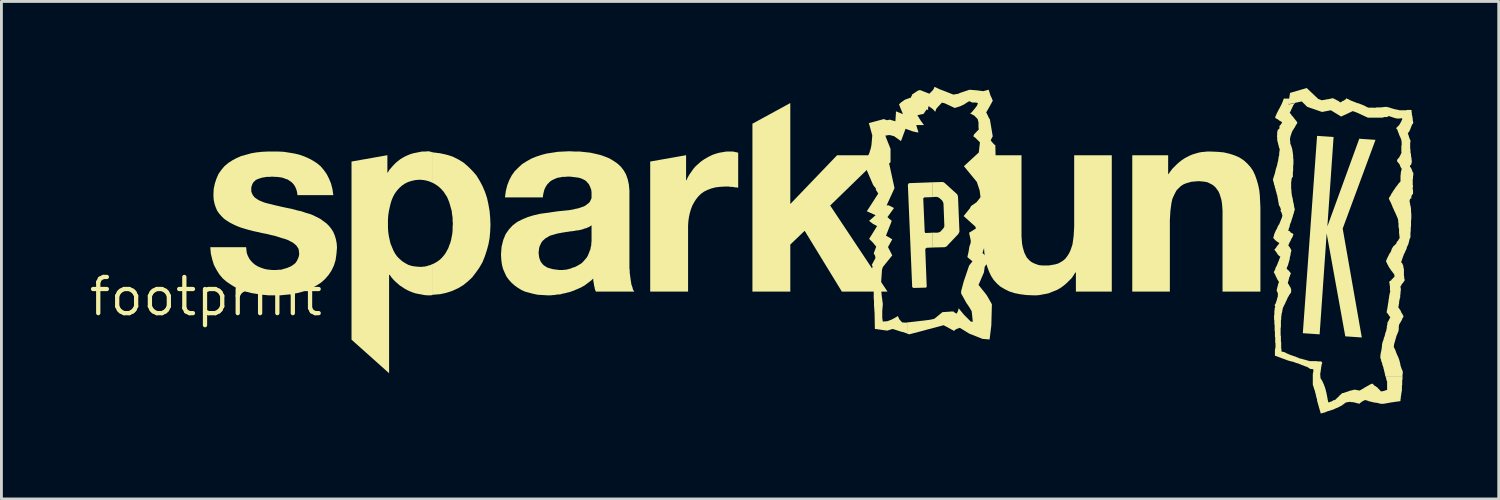
<source format=kicad_pcb>
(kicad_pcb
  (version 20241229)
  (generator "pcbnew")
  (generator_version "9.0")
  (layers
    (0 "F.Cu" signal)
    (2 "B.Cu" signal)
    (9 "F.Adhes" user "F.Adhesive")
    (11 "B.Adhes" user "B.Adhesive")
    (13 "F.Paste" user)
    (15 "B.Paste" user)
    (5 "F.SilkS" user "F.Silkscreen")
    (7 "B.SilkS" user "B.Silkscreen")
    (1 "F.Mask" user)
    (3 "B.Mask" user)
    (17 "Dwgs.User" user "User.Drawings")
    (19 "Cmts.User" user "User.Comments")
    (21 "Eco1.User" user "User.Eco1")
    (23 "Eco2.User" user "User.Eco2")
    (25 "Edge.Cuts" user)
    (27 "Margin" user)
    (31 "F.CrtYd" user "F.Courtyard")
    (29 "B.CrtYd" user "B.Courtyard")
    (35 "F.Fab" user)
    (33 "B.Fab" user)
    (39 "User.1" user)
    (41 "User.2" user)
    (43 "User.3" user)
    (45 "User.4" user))
  (footprint "footprint"
    (layer "F.Cu")
    (at 4.18 7.367)
    (property "Reference" "footprint" (at 0 0 0) (layer "F.SilkS") (effects (font (size 1.27 1.27) (thickness 0.15))))
    (fp_poly (pts (xy 26.175 1.148) (xy 25.909 1.005) (xy 24.7 1.325) (xy 24.645 1.303) (xy 24.645 0.906) (xy 25.419 0.815) (xy 25.519 0.795) (xy 25.588 0.775) (xy 25.868 0.545) (xy 26.175 0.525)) (stroke (width 0) (type solid)) (fill yes) (layer "F.SilkS"))
    (fp_poly (pts (xy 39.605 -5.605) (xy 39.387 -2.465) (xy 40.507 -5.545) (xy 41.077 -5.505) (xy 39.925 -2.39) (xy 40.596 1.435) (xy 40.016 1.395) (xy 39.362 -2.22) (xy 39.115 1.325) (xy 38.525 1.285) (xy 39.025 -5.645)) (stroke (width 0) (type solid)) (fill yes) (layer "F.SilkS"))
    (fp_poly (pts (xy 20.525 -3.252) (xy 22.168 -4.965) (xy 23.742 -4.965) (xy 21.926 -3.199) (xy 23.939 -0.175) (xy 22.337 -0.175) (xy 21.029 -2.312) (xy 20.525 -1.828) (xy 20.525 -0.175) (xy 19.195 -0.175) (xy 19.195 -6.073) (xy 20.525 -6.798)) (stroke (width 0) (type solid)) (fill yes) (layer "F.SilkS"))
    (fp_poly (pts (xy 18.541 -5.085) (xy 18.571 -5.085) (xy 18.591 -5.075) (xy 18.621 -5.075) (xy 18.641 -5.065) (xy 18.661 -5.065) (xy 18.681 -5.055) (xy 18.695 -5.055) (xy 18.695 -3.825) (xy 18.669 -3.825) (xy 18.649 -3.835) (xy 18.589 -3.835) (xy 18.559 -3.845) (xy 18.529 -3.845) (xy 18.499 -3.855) (xy 18.409 -3.855) (xy 18.379 -3.865) (xy 18.22 -3.865) (xy 18.05 -3.855) (xy 17.891 -3.835) (xy 17.742 -3.795) (xy 17.612 -3.745) (xy 17.493 -3.686) (xy 17.383 -3.606) (xy 17.294 -3.517) (xy 17.214 -3.417) (xy 17.144 -3.307) (xy 17.085 -3.198) (xy 17.035 -3.068) (xy 16.995 -2.929) (xy 16.965 -2.789) (xy 16.945 -2.649) (xy 16.935 -2.49) (xy 16.935 -0.175) (xy 15.605 -0.175) (xy 15.605 -4.744) (xy 16.865 -4.966) (xy 16.865 -4.085) (xy 16.877 -4.085) (xy 16.926 -4.192) (xy 16.986 -4.293) (xy 17.126 -4.493) (xy 17.206 -4.584) (xy 17.387 -4.744) (xy 17.487 -4.814) (xy 17.588 -4.874) (xy 17.698 -4.934) (xy 17.808 -4.985) (xy 17.929 -5.025) (xy 18.039 -5.055) (xy 18.28 -5.095) (xy 18.521 -5.095)) (stroke (width 0) (type solid)) (fill yes) (layer "F.SilkS"))
    (fp_poly (pts (xy 25.525 -3.495) (xy 25.25 -3.485) (xy 25.232 -3.485) (xy 25.222 -3.475) (xy 25.215 -3.475) (xy 25.215 -3.465) (xy 25.205 -3.465) (xy 25.205 -3.455) (xy 25.195 -3.455) (xy 25.195 -3.43) (xy 25.245 -2.29) (xy 25.245 -2.265) (xy 25.255 -2.265) (xy 25.255 -2.252) (xy 25.272 -2.235) (xy 25.3 -2.235) (xy 25.525 -2.245) (xy 25.525 -1.725) (xy 25.32 -1.715) (xy 25.312 -1.715) (xy 25.302 -1.705) (xy 25.295 -1.705) (xy 25.295 -1.695) (xy 25.282 -1.695) (xy 25.275 -1.688) (xy 25.275 -1.668) (xy 25.265 -1.658) (xy 25.315 -0.38) (xy 25.315 -0.335) (xy 25.305 -0.335) (xy 25.305 -0.325) (xy 25.292 -0.325) (xy 25.282 -0.315) (xy 25.26 -0.315) (xy 24.87 -0.305) (xy 24.848 -0.305) (xy 24.838 -0.315) (xy 24.825 -0.315) (xy 24.825 -0.325) (xy 24.815 -0.325) (xy 24.815 -0.335) (xy 24.805 -0.335) (xy 24.805 -0.36) (xy 24.655 -3.91) (xy 24.655 -3.932) (xy 24.665 -3.942) (xy 24.665 -3.952) (xy 24.675 -3.962) (xy 24.675 -3.975) (xy 24.688 -3.975) (xy 24.698 -3.985) (xy 24.71 -3.985) (xy 25.525 -4.015)) (stroke (width 0) (type solid)) (fill yes) (layer "F.SilkS"))
    (fp_poly (pts (xy 8.221 -5.035) (xy 8.451 -4.985) (xy 8.672 -4.915) (xy 8.872 -4.814) (xy 9.053 -4.704) (xy 9.213 -4.564) (xy 9.364 -4.413) (xy 9.504 -4.253) (xy 9.614 -4.072) (xy 9.715 -3.882) (xy 9.805 -3.672) (xy 9.875 -3.461) (xy 9.925 -3.231) (xy 9.965 -3.001) (xy 9.985 -2.77) (xy 9.995 -2.52) (xy 9.985 -2.29) (xy 9.965 -2.059) (xy 9.925 -1.839) (xy 9.865 -1.619) (xy 9.795 -1.408) (xy 9.715 -1.208) (xy 9.604 -1.017) (xy 9.484 -0.847) (xy 9.354 -0.677) (xy 9.203 -0.536) (xy 9.043 -0.406) (xy 8.862 -0.296) (xy 8.662 -0.205) (xy 8.451 -0.135) (xy 8.221 -0.085) (xy 7.965 -0.065) (xy 7.965 -1.143) (xy 8.068 -1.194) (xy 8.147 -1.244) (xy 8.227 -1.304) (xy 8.296 -1.373) (xy 8.356 -1.443) (xy 8.416 -1.523) (xy 8.515 -1.702) (xy 8.545 -1.792) (xy 8.585 -1.892) (xy 8.615 -2.001) (xy 8.635 -2.111) (xy 8.655 -2.211) (xy 8.665 -2.33) (xy 8.665 -2.44) (xy 8.675 -2.56) (xy 8.665 -2.67) (xy 8.665 -2.78) (xy 8.645 -2.899) (xy 8.635 -3.009) (xy 8.605 -3.109) (xy 8.575 -3.219) (xy 8.545 -3.318) (xy 8.505 -3.418) (xy 8.466 -3.508) (xy 8.406 -3.597) (xy 8.356 -3.677) (xy 8.286 -3.757) (xy 8.217 -3.826) (xy 8.147 -3.886) (xy 8.057 -3.946) (xy 7.965 -3.997) (xy 7.965 -5.066)) (stroke (width 0) (type solid)) (fill yes) (layer "F.SilkS"))
    (fp_poly (pts (xy 28.645 -2.12) (xy 28.665 -1.861) (xy 28.685 -1.751) (xy 28.715 -1.641) (xy 28.745 -1.542) (xy 28.824 -1.383) (xy 28.884 -1.313) (xy 28.943 -1.254) (xy 29.013 -1.204) (xy 29.092 -1.165) (xy 29.172 -1.135) (xy 29.261 -1.105) (xy 29.37 -1.095) (xy 29.61 -1.095) (xy 29.729 -1.115) (xy 29.839 -1.135) (xy 29.938 -1.165) (xy 30.027 -1.214) (xy 30.107 -1.264) (xy 30.186 -1.333) (xy 30.246 -1.413) (xy 30.306 -1.503) (xy 30.355 -1.602) (xy 30.395 -1.712) (xy 30.435 -1.831) (xy 30.455 -1.971) (xy 30.475 -2.12) (xy 30.485 -2.28) (xy 30.495 -2.46) (xy 30.495 -4.965) (xy 31.815 -4.965) (xy 31.815 -0.175) (xy 30.555 -0.175) (xy 30.555 -0.845) (xy 30.533 -0.845) (xy 30.474 -0.747) (xy 30.404 -0.647) (xy 30.243 -0.486) (xy 30.163 -0.416) (xy 30.073 -0.346) (xy 29.983 -0.286) (xy 29.892 -0.235) (xy 29.591 -0.115) (xy 29.491 -0.095) (xy 29.381 -0.075) (xy 29.281 -0.055) (xy 29.18 -0.045) (xy 29.07 -0.045) (xy 28.82 -0.055) (xy 28.589 -0.085) (xy 28.389 -0.125) (xy 28.208 -0.185) (xy 28.048 -0.266) (xy 27.897 -0.356) (xy 27.776 -0.466) (xy 27.666 -0.587) (xy 27.576 -0.728) (xy 27.505 -0.878) (xy 27.445 -1.038) (xy 27.395 -1.209) (xy 27.355 -1.399) (xy 27.335 -1.6) (xy 27.325 -1.8) (xy 27.315 -2.02) (xy 27.315 -4.965) (xy 28.645 -4.965)) (stroke (width 0) (type solid)) (fill yes) (layer "F.SilkS"))
    (fp_poly (pts (xy 35.53 -5.085) (xy 35.751 -5.065) (xy 35.961 -5.015) (xy 36.142 -4.955) (xy 36.302 -4.884) (xy 36.453 -4.784) (xy 36.574 -4.674) (xy 36.684 -4.553) (xy 36.774 -4.422) (xy 36.845 -4.272) (xy 36.905 -4.102) (xy 36.955 -3.931) (xy 36.995 -3.741) (xy 37.015 -3.55) (xy 37.025 -3.34) (xy 37.035 -3.12) (xy 37.035 -0.175) (xy 35.705 -0.175) (xy 35.705 -3.02) (xy 35.695 -3.16) (xy 35.685 -3.279) (xy 35.665 -3.399) (xy 35.605 -3.598) (xy 35.566 -3.688) (xy 35.466 -3.827) (xy 35.407 -3.886) (xy 35.337 -3.936) (xy 35.178 -4.015) (xy 35.079 -4.035) (xy 34.98 -4.045) (xy 34.87 -4.055) (xy 34.74 -4.045) (xy 34.621 -4.035) (xy 34.511 -4.005) (xy 34.412 -3.975) (xy 34.322 -3.936) (xy 34.233 -3.876) (xy 34.094 -3.737) (xy 34.044 -3.648) (xy 33.995 -3.548) (xy 33.945 -3.438) (xy 33.915 -3.309) (xy 33.895 -3.169) (xy 33.875 -3.02) (xy 33.865 -2.86) (xy 33.855 -2.69) (xy 33.855 -0.175) (xy 32.535 -0.175) (xy 32.535 -4.965) (xy 33.795 -4.965) (xy 33.795 -4.305) (xy 33.807 -4.305) (xy 33.876 -4.403) (xy 33.946 -4.493) (xy 34.107 -4.654) (xy 34.187 -4.724) (xy 34.277 -4.794) (xy 34.367 -4.854) (xy 34.458 -4.904) (xy 34.558 -4.955) (xy 34.658 -4.995) (xy 34.859 -5.055) (xy 34.959 -5.075) (xy 35.07 -5.085) (xy 35.17 -5.095) (xy 35.28 -5.095)) (stroke (width 0) (type solid)) (fill yes) (layer "F.SilkS"))
    (fp_poly (pts (xy 41.825 2.028) (xy 41.835 2.038) (xy 41.835 2.048) (xy 41.844 2.057) (xy 41.855 2.079) (xy 41.855 2.088) (xy 41.865 2.098) (xy 41.865 2.108) (xy 41.875 2.118) (xy 41.875 2.129) (xy 41.885 2.149) (xy 41.885 2.158) (xy 41.895 2.168) (xy 41.895 2.179) (xy 41.905 2.199) (xy 41.905 2.218) (xy 41.915 2.228) (xy 41.915 2.248) (xy 41.925 2.258) (xy 41.925 2.288) (xy 41.935 2.298) (xy 41.935 2.328) (xy 41.945 2.338) (xy 41.945 2.379) (xy 41.955 2.399) (xy 41.955 2.419) (xy 41.965 2.439) (xy 41.965 2.459) (xy 41.985 2.499) (xy 41.985 2.518) (xy 41.994 2.527) (xy 42.005 2.549) (xy 42.005 2.568) (xy 42.014 2.577) (xy 42.025 2.599) (xy 42.025 2.618) (xy 42.035 2.628) (xy 42.035 2.722) (xy 42.025 2.732) (xy 42.025 2.815) (xy 41.437 2.815) (xy 41.415 2.771) (xy 41.415 2.732) (xy 41.405 2.722) (xy 41.405 2.692) (xy 41.395 2.682) (xy 41.395 2.651) (xy 41.385 2.631) (xy 41.385 2.611) (xy 41.375 2.591) (xy 41.375 2.571) (xy 41.355 2.511) (xy 41.355 2.491) (xy 41.335 2.432) (xy 41.325 2.412) (xy 41.315 2.381) (xy 41.315 2.351) (xy 41.305 2.332) (xy 41.295 2.302) (xy 41.285 2.282) (xy 41.275 2.251) (xy 41.275 2.221) (xy 41.265 2.202) (xy 41.245 2.141) (xy 41.255 2.015) (xy 41.825 2.015)) (stroke (width 0) (type solid)) (fill yes) (layer "F.SilkS"))
    (fp_poly (pts (xy 25.895 -4.015) (xy 25.912 -4.015) (xy 25.922 -4.005) (xy 25.935 -4.005) (xy 25.935 -3.995) (xy 25.942 -3.995) (xy 26.363 -3.614) (xy 26.395 -3.582) (xy 26.395 -3.562) (xy 26.405 -3.552) (xy 26.405 -3.532) (xy 26.415 -3.522) (xy 26.415 -3.51) (xy 26.465 -2.3) (xy 26.465 -2.278) (xy 26.455 -2.268) (xy 26.455 -2.248) (xy 26.445 -2.238) (xy 26.445 -2.228) (xy 26.425 -2.208) (xy 26.425 -2.198) (xy 26.035 -1.788) (xy 26.035 -1.775) (xy 26.025 -1.775) (xy 26.025 -1.765) (xy 26.012 -1.765) (xy 26.002 -1.755) (xy 25.992 -1.755) (xy 25.982 -1.745) (xy 25.955 -1.745) (xy 25.955 -1.735) (xy 25.94 -1.735) (xy 25.515 -1.725) (xy 25.515 -2.245) (xy 25.715 -2.245) (xy 25.715 -2.255) (xy 25.748 -2.255) (xy 25.758 -2.265) (xy 25.768 -2.265) (xy 25.778 -2.275) (xy 25.788 -2.275) (xy 25.806 -2.293) (xy 25.905 -2.402) (xy 25.905 -2.415) (xy 25.915 -2.415) (xy 25.915 -2.422) (xy 25.925 -2.432) (xy 25.925 -2.452) (xy 25.935 -2.462) (xy 25.935 -2.5) (xy 25.905 -3.27) (xy 25.905 -3.278) (xy 25.895 -3.288) (xy 25.895 -3.315) (xy 25.885 -3.315) (xy 25.885 -3.335) (xy 25.875 -3.335) (xy 25.875 -3.348) (xy 25.865 -3.358) (xy 25.865 -3.368) (xy 25.758 -3.465) (xy 25.745 -3.465) (xy 25.745 -3.475) (xy 25.738 -3.475) (xy 25.728 -3.485) (xy 25.718 -3.485) (xy 25.708 -3.495) (xy 25.668 -3.495) (xy 25.658 -3.505) (xy 25.65 -3.505) (xy 25.515 -3.495) (xy 25.515 -4.015) (xy 25.85 -4.025) (xy 25.895 -4.025)) (stroke (width 0) (type solid)) (fill yes) (layer "F.SilkS"))
    (fp_poly (pts (xy 12.935 -2.305) (xy 12.901 -2.305) (xy 12.871 -2.295) (xy 12.811 -2.295) (xy 12.781 -2.285) (xy 12.751 -2.285) (xy 12.721 -2.275) (xy 12.661 -2.275) (xy 12.641 -2.265) (xy 12.611 -2.265) (xy 12.581 -2.255) (xy 12.551 -2.255) (xy 12.521 -2.245) (xy 12.491 -2.245) (xy 12.461 -2.235) (xy 12.391 -2.225) (xy 12.311 -2.205) (xy 12.102 -2.145) (xy 12.043 -2.116) (xy 11.983 -2.076) (xy 11.923 -2.046) (xy 11.873 -1.996) (xy 11.824 -1.957) (xy 11.784 -1.897) (xy 11.725 -1.778) (xy 11.705 -1.709) (xy 11.695 -1.629) (xy 11.685 -1.54) (xy 11.695 -1.451) (xy 11.705 -1.381) (xy 11.725 -1.312) (xy 11.754 -1.242) (xy 11.784 -1.193) (xy 11.824 -1.143) (xy 11.873 -1.094) (xy 11.923 -1.064) (xy 11.982 -1.025) (xy 12.041 -1.005) (xy 12.181 -0.965) (xy 12.251 -0.955) (xy 12.41 -0.935) (xy 12.549 -0.935) (xy 12.589 -0.945) (xy 12.649 -0.945) (xy 12.679 -0.955) (xy 12.699 -0.955) (xy 12.759 -0.975) (xy 12.779 -0.975) (xy 12.808 -0.985) (xy 12.828 -0.995) (xy 12.858 -1.005) (xy 12.899 -1.025) (xy 12.935 -1.025) (xy 12.935 -0.216) (xy 12.872 -0.195) (xy 12.822 -0.175) (xy 12.761 -0.155) (xy 12.701 -0.145) (xy 12.641 -0.125) (xy 12.591 -0.115) (xy 12.531 -0.105) (xy 12.471 -0.085) (xy 12.41 -0.075) (xy 12.35 -0.075) (xy 12.23 -0.055) (xy 12.18 -0.055) (xy 12.12 -0.045) (xy 12 -0.045) (xy 11.659 -0.065) (xy 11.509 -0.095) (xy 11.208 -0.175) (xy 11.078 -0.236) (xy 10.947 -0.316) (xy 10.837 -0.396) (xy 10.736 -0.486) (xy 10.636 -0.597) (xy 10.556 -0.707) (xy 10.495 -0.838) (xy 10.435 -0.978) (xy 10.395 -1.139) (xy 10.375 -1.3) (xy 10.365 -1.48) (xy 10.385 -1.751) (xy 10.445 -1.992) (xy 10.526 -2.192) (xy 10.646 -2.363) (xy 10.777 -2.504) (xy 10.937 -2.624) (xy 11.118 -2.715) (xy 11.308 -2.795) (xy 11.509 -2.855) (xy 11.719 -2.905) (xy 12.349 -2.995) (xy 12.749 -3.035) (xy 12.935 -3.066)) (stroke (width 0) (type solid)) (fill yes) (layer "F.SilkS"))
    (fp_poly (pts (xy 7.851 -5.095) (xy 7.885 -5.095) (xy 7.885 -5.085) (xy 7.912 -5.085) (xy 7.922 -5.075) (xy 7.952 -5.075) (xy 7.962 -5.065) (xy 7.975 -5.065) (xy 7.975 -3.992) (xy 7.948 -4.005) (xy 7.918 -4.015) (xy 7.898 -4.025) (xy 7.868 -4.035) (xy 7.848 -4.045) (xy 7.789 -4.065) (xy 7.769 -4.065) (xy 7.709 -4.085) (xy 7.679 -4.085) (xy 7.649 -4.095) (xy 7.589 -4.095) (xy 7.559 -4.105) (xy 7.52 -4.105) (xy 7.371 -4.095) (xy 7.231 -4.065) (xy 7.102 -4.025) (xy 6.983 -3.966) (xy 6.883 -3.896) (xy 6.794 -3.816) (xy 6.714 -3.727) (xy 6.634 -3.617) (xy 6.575 -3.508) (xy 6.525 -3.388) (xy 6.485 -3.259) (xy 6.455 -3.129) (xy 6.425 -2.989) (xy 6.405 -2.849) (xy 6.395 -2.7) (xy 6.395 -2.41) (xy 6.405 -2.271) (xy 6.425 -2.131) (xy 6.455 -1.991) (xy 6.485 -1.862) (xy 6.585 -1.622) (xy 6.644 -1.513) (xy 6.714 -1.413) (xy 6.803 -1.324) (xy 6.893 -1.244) (xy 7.003 -1.174) (xy 7.112 -1.115) (xy 7.241 -1.075) (xy 7.381 -1.055) (xy 7.53 -1.045) (xy 7.599 -1.045) (xy 7.629 -1.055) (xy 7.689 -1.055) (xy 7.719 -1.065) (xy 7.739 -1.065) (xy 7.798 -1.085) (xy 7.819 -1.095) (xy 7.849 -1.095) (xy 7.868 -1.105) (xy 7.898 -1.115) (xy 7.918 -1.125) (xy 7.948 -1.135) (xy 7.975 -1.148) (xy 7.975 -0.065) (xy 7.962 -0.065) (xy 7.952 -0.055) (xy 7.925 -0.055) (xy 7.925 -0.045) (xy 7.78 -0.045) (xy 7.669 -0.055) (xy 7.569 -0.075) (xy 7.459 -0.095) (xy 7.359 -0.115) (xy 7.268 -0.145) (xy 7.168 -0.185) (xy 7.078 -0.226) (xy 6.987 -0.276) (xy 6.897 -0.336) (xy 6.817 -0.386) (xy 6.657 -0.526) (xy 6.586 -0.597) (xy 6.516 -0.677) (xy 6.457 -0.765) (xy 6.435 -0.765) (xy 6.435 2.691) (xy 5.115 1.512) (xy 5.115 -4.744) (xy 6.375 -4.966) (xy 6.375 -4.355) (xy 6.387 -4.355) (xy 6.446 -4.453) (xy 6.586 -4.613) (xy 6.667 -4.694) (xy 6.737 -4.754) (xy 6.827 -4.824) (xy 6.907 -4.874) (xy 6.998 -4.924) (xy 7.088 -4.965) (xy 7.188 -5.005) (xy 7.289 -5.035) (xy 7.59 -5.095) (xy 7.7 -5.095) (xy 7.81 -5.105) (xy 7.831 -5.105)) (stroke (width 0) (type solid)) (fill yes) (layer "F.SilkS"))
    (fp_poly (pts (xy 12.95 -5.095) (xy 13.13 -5.095) (xy 13.311 -5.075) (xy 13.311 -5.075) (xy 13.501 -5.055) (xy 13.681 -5.015) (xy 13.851 -4.975) (xy 14.022 -4.915) (xy 14.172 -4.854) (xy 14.323 -4.764) (xy 14.453 -4.674) (xy 14.574 -4.563) (xy 14.674 -4.433) (xy 14.755 -4.292) (xy 14.815 -4.121) (xy 14.855 -3.941) (xy 14.875 -3.73) (xy 14.875 -1) (xy 14.885 -0.92) (xy 14.885 -0.84) (xy 14.895 -0.771) (xy 14.905 -0.691) (xy 14.925 -0.551) (xy 14.935 -0.491) (xy 14.945 -0.421) (xy 14.965 -0.372) (xy 14.985 -0.311) (xy 14.995 -0.262) (xy 15.014 -0.223) (xy 15.05 -0.175) (xy 13.696 -0.175) (xy 13.685 -0.208) (xy 13.675 -0.228) (xy 13.655 -0.289) (xy 13.655 -0.319) (xy 13.635 -0.379) (xy 13.635 -0.409) (xy 13.625 -0.439) (xy 13.625 -0.469) (xy 13.615 -0.499) (xy 13.615 -0.529) (xy 13.605 -0.549) (xy 13.605 -0.609) (xy 13.598 -0.631) (xy 13.533 -0.566) (xy 13.293 -0.386) (xy 13.252 -0.366) (xy 13.202 -0.336) (xy 13.162 -0.315) (xy 13.112 -0.295) (xy 13.072 -0.275) (xy 12.972 -0.235) (xy 12.925 -0.212) (xy 12.925 -1.023) (xy 13.028 -1.074) (xy 13.117 -1.124) (xy 13.197 -1.174) (xy 13.256 -1.233) (xy 13.376 -1.373) (xy 13.416 -1.442) (xy 13.445 -1.512) (xy 13.475 -1.592) (xy 13.505 -1.661) (xy 13.515 -1.731) (xy 13.535 -1.801) (xy 13.535 -1.87) (xy 13.545 -1.93) (xy 13.545 -2.508) (xy 13.533 -2.496) (xy 13.473 -2.456) (xy 13.432 -2.435) (xy 13.402 -2.425) (xy 13.362 -2.405) (xy 13.282 -2.385) (xy 13.242 -2.365) (xy 13.161 -2.345) (xy 13.111 -2.335) (xy 13.071 -2.325) (xy 13.02 -2.325) (xy 12.971 -2.315) (xy 12.925 -2.304) (xy 12.925 -3.064) (xy 12.989 -3.085) (xy 13.059 -3.095) (xy 13.238 -3.155) (xy 13.288 -3.174) (xy 13.337 -3.204) (xy 13.456 -3.294) (xy 13.486 -3.333) (xy 13.525 -3.412) (xy 13.545 -3.461) (xy 13.545 -3.66) (xy 13.535 -3.749) (xy 13.505 -3.828) (xy 13.475 -3.898) (xy 13.446 -3.957) (xy 13.396 -4.007) (xy 13.357 -4.056) (xy 13.297 -4.096) (xy 13.238 -4.125) (xy 13.168 -4.155) (xy 13.099 -4.175) (xy 13.029 -4.185) (xy 12.869 -4.205) (xy 12.78 -4.215) (xy 12.7 -4.215) (xy 12.61 -4.205) (xy 12.521 -4.205) (xy 12.431 -4.185) (xy 12.351 -4.175) (xy 12.212 -4.115) (xy 12.153 -4.086) (xy 12.093 -4.046) (xy 11.994 -3.947) (xy 11.954 -3.887) (xy 11.914 -3.818) (xy 11.885 -3.748) (xy 11.865 -3.669) (xy 11.845 -3.579) (xy 11.834 -3.485) (xy 10.504 -3.485) (xy 10.535 -3.711) (xy 10.585 -3.912) (xy 10.655 -4.092) (xy 10.746 -4.263) (xy 10.846 -4.403) (xy 10.977 -4.534) (xy 11.107 -4.654) (xy 11.267 -4.754) (xy 11.428 -4.845) (xy 11.598 -4.915) (xy 11.779 -4.975) (xy 11.969 -5.025) (xy 12.169 -5.055) (xy 12.359 -5.085) (xy 12.56 -5.095) (xy 12.77 -5.105)) (stroke (width 0) (type solid)) (fill yes) (layer "F.SilkS"))
    (fp_poly (pts (xy 2.741 -5.085) (xy 2.931 -5.055) (xy 3.111 -5.025) (xy 3.281 -4.985) (xy 3.452 -4.925) (xy 3.612 -4.855) (xy 3.763 -4.774) (xy 3.903 -4.684) (xy 4.034 -4.574) (xy 4.144 -4.443) (xy 4.244 -4.303) (xy 4.325 -4.142) (xy 4.395 -3.972) (xy 4.445 -3.781) (xy 4.476 -3.565) (xy 3.216 -3.565) (xy 3.205 -3.659) (xy 3.185 -3.739) (xy 3.155 -3.818) (xy 3.126 -3.877) (xy 3.086 -3.937) (xy 3.036 -3.996) (xy 2.987 -4.036) (xy 2.868 -4.115) (xy 2.798 -4.135) (xy 2.728 -4.165) (xy 2.649 -4.185) (xy 2.49 -4.205) (xy 2.41 -4.205) (xy 2.32 -4.215) (xy 2.26 -4.205) (xy 2.14 -4.205) (xy 1.961 -4.175) (xy 1.842 -4.135) (xy 1.792 -4.116) (xy 1.743 -4.086) (xy 1.664 -4.007) (xy 1.635 -3.958) (xy 1.595 -3.839) (xy 1.595 -3.691) (xy 1.625 -3.612) (xy 1.664 -3.543) (xy 1.713 -3.484) (xy 1.783 -3.434) (xy 1.862 -3.384) (xy 1.952 -3.345) (xy 2.052 -3.305) (xy 2.161 -3.275) (xy 2.401 -3.215) (xy 2.661 -3.155) (xy 3.081 -3.065) (xy 3.221 -3.025) (xy 3.361 -2.995) (xy 3.502 -2.945) (xy 3.642 -2.905) (xy 3.772 -2.855) (xy 4.013 -2.734) (xy 4.233 -2.574) (xy 4.324 -2.483) (xy 4.404 -2.383) (xy 4.474 -2.272) (xy 4.525 -2.152) (xy 4.565 -2.021) (xy 4.595 -1.871) (xy 4.605 -1.72) (xy 4.585 -1.489) (xy 4.555 -1.279) (xy 4.495 -1.088) (xy 4.414 -0.918) (xy 4.314 -0.767) (xy 4.194 -0.627) (xy 4.063 -0.506) (xy 3.913 -0.406) (xy 3.752 -0.316) (xy 3.582 -0.235) (xy 3.401 -0.175) (xy 3.211 -0.125) (xy 3.011 -0.085) (xy 2.61 -0.045) (xy 2.2 -0.045) (xy 1.999 -0.065) (xy 1.789 -0.095) (xy 1.599 -0.125) (xy 1.408 -0.175) (xy 1.218 -0.245) (xy 1.048 -0.316) (xy 0.887 -0.416) (xy 0.737 -0.516) (xy 0.596 -0.636) (xy 0.476 -0.777) (xy 0.376 -0.938) (xy 0.285 -1.108) (xy 0.225 -1.299) (xy 0.175 -1.509) (xy 0.155 -1.735) (xy 1.415 -1.735) (xy 1.425 -1.63) (xy 1.435 -1.541) (xy 1.465 -1.452) (xy 1.504 -1.372) (xy 1.544 -1.303) (xy 1.604 -1.233) (xy 1.663 -1.174) (xy 1.723 -1.124) (xy 1.802 -1.074) (xy 1.882 -1.035) (xy 1.962 -1.005) (xy 2.051 -0.975) (xy 2.141 -0.955) (xy 2.32 -0.935) (xy 2.49 -0.935) (xy 2.56 -0.945) (xy 2.639 -0.945) (xy 2.848 -1.005) (xy 2.988 -1.064) (xy 3.107 -1.144) (xy 3.156 -1.193) (xy 3.196 -1.253) (xy 3.225 -1.312) (xy 3.255 -1.382) (xy 3.275 -1.461) (xy 3.275 -1.54) (xy 3.255 -1.678) (xy 3.176 -1.797) (xy 3.057 -1.896) (xy 2.978 -1.936) (xy 2.888 -1.985) (xy 2.778 -2.025) (xy 2.669 -2.055) (xy 2.548 -2.095) (xy 2.419 -2.135) (xy 2.279 -2.165) (xy 2.119 -2.205) (xy 1.959 -2.235) (xy 1.789 -2.275) (xy 1.649 -2.305) (xy 1.499 -2.345) (xy 1.359 -2.385) (xy 1.228 -2.425) (xy 1.098 -2.475) (xy 0.968 -2.535) (xy 0.848 -2.596) (xy 0.737 -2.666) (xy 0.637 -2.736) (xy 0.546 -2.827) (xy 0.466 -2.917) (xy 0.396 -3.018) (xy 0.345 -3.138) (xy 0.305 -3.259) (xy 0.275 -3.399) (xy 0.265 -3.56) (xy 0.275 -3.781) (xy 0.315 -3.971) (xy 0.375 -4.152) (xy 0.446 -4.312) (xy 0.546 -4.453) (xy 0.656 -4.584) (xy 0.787 -4.694) (xy 0.927 -4.784) (xy 1.078 -4.865) (xy 1.238 -4.935) (xy 1.599 -5.035) (xy 1.779 -5.065) (xy 1.97 -5.085) (xy 2.16 -5.095) (xy 2.55 -5.095)) (stroke (width 0) (type solid)) (fill yes) (layer "F.SilkS"))
    (fp_poly (pts (xy 25.682 -7.325) (xy 25.762 -7.285) (xy 25.922 -7.225) (xy 26.251 -7.095) (xy 26.428 -7.125) (xy 26.488 -7.155) (xy 26.819 -7.265) (xy 27.071 -7.245) (xy 27.3 -7.215) (xy 27.493 -7.266) (xy 27.555 -7.062) (xy 27.595 -6.982) (xy 27.636 -6.88) (xy 27.514 -6.658) (xy 27.406 -6.47) (xy 27.465 -6.352) (xy 27.494 -6.283) (xy 27.504 -6.273) (xy 27.514 -6.253) (xy 27.535 -6.222) (xy 27.635 -5.629) (xy 27.575 -5.518) (xy 27.565 -5.481) (xy 27.683 -5.344) (xy 27.725 -5.323) (xy 27.735 -4.94) (xy 27.745 -4.83) (xy 27.755 -4.729) (xy 27.694 -4.596) (xy 27.613 -4.576) (xy 27.595 -4.539) (xy 27.715 -3.499) (xy 27.664 -3.428) (xy 27.534 -3.138) (xy 27.326 -2.79) (xy 27.526 -2.289) (xy 27.335 -2.118) (xy 27.355 -1.89) (xy 27.355 -1.789) (xy 27.276 -1.532) (xy 27.547 -1.28) (xy 27.355 -1.058) (xy 27.325 -0.849) (xy 27.136 -0.411) (xy 27.414 -0.063) (xy 27.474 0.037) (xy 27.605 0.269) (xy 27.585 1.01) (xy 27.524 1.505) (xy 27.279 1.485) (xy 26.818 1.304) (xy 26.479 1.096) (xy 26.372 1.135) (xy 26.313 1.164) (xy 26.281 1.206) (xy 26.165 1.143) (xy 26.165 0.525) (xy 26.262 0.525) (xy 26.313 0.575) (xy 26.354 0.586) (xy 26.361 0.608) (xy 26.415 0.508) (xy 26.437 0.409) (xy 26.624 0.637) (xy 26.862 0.875) (xy 26.934 0.884) (xy 26.915 0.69) (xy 26.895 0.512) (xy 26.806 0.363) (xy 26.746 0.273) (xy 26.716 0.233) (xy 26.525 -0.109) (xy 26.525 -0.191) (xy 26.615 -0.531) (xy 26.806 -1.092) (xy 26.923 -1.239) (xy 26.744 -1.388) (xy 26.785 -1.571) (xy 26.805 -1.691) (xy 26.815 -1.761) (xy 26.855 -1.871) (xy 26.865 -1.96) (xy 26.804 -2.242) (xy 27.044 -2.392) (xy 27.026 -2.457) (xy 26.613 -2.829) (xy 26.826 -3.093) (xy 26.876 -3.183) (xy 27.067 -3.314) (xy 27.205 -3.491) (xy 27.175 -3.729) (xy 27.076 -4.028) (xy 26.623 -4.58) (xy 27.145 -5.062) (xy 27.185 -5.418) (xy 27.027 -5.576) (xy 26.954 -5.628) (xy 26.976 -5.693) (xy 27.145 -5.872) (xy 27.135 -5.95) (xy 27.135 -6.119) (xy 27.105 -6.237) (xy 26.987 -6.356) (xy 26.898 -6.405) (xy 26.84 -6.429) (xy 26.896 -6.474) (xy 26.996 -6.593) (xy 27.086 -6.712) (xy 27.114 -6.797) (xy 27.049 -6.815) (xy 26.919 -6.815) (xy 26.81 -6.864) (xy 26.713 -6.806) (xy 26.622 -6.746) (xy 26.492 -6.685) (xy 26.3 -6.625) (xy 25.958 -6.785) (xy 25.852 -6.814) (xy 25.704 -6.657) (xy 25.654 -6.597) (xy 25.645 -6.588) (xy 25.645 -6.579) (xy 25.635 -6.548) (xy 25.611 -6.489) (xy 25.586 -6.527) (xy 25.517 -6.596) (xy 25.417 -6.666) (xy 25.383 -6.692) (xy 25.365 -6.629) (xy 25.365 -6.553) (xy 25.312 -6.574) (xy 25.203 -6.415) (xy 25.091 -6.395) (xy 24.988 -6.367) (xy 25.024 -6.313) (xy 25.104 -6.183) (xy 25.184 -6.073) (xy 25.22 -6.025) (xy 24.947 -6.025) (xy 25.027 -5.764) (xy 24.949 -5.775) (xy 24.819 -5.805) (xy 24.573 -5.894) (xy 24.412 -5.462) (xy 24.168 -5.635) (xy 24.01 -5.675) (xy 23.866 -5.656) (xy 23.885 -5.592) (xy 24.045 -5.191) (xy 24.045 -4.718) (xy 23.996 -4.678) (xy 24.185 -3.809) (xy 23.908 -3.205) (xy 23.981 -3.205) (xy 24.167 -3.112) (xy 23.937 -2.791) (xy 24.086 -2.662) (xy 24.065 -2.598) (xy 23.886 -2.142) (xy 24.107 -2.012) (xy 23.956 -1.74) (xy 24.106 -1.449) (xy 23.775 -1.038) (xy 23.745 -0.939) (xy 23.705 -0.36) (xy 23.735 -0.041) (xy 23.755 0.109) (xy 23.765 0.189) (xy 23.775 0.26) (xy 23.755 0.5) (xy 23.755 0.75) (xy 23.774 0.875) (xy 23.929 0.865) (xy 24.088 0.805) (xy 24.198 0.746) (xy 24.302 0.683) (xy 24.354 0.797) (xy 24.452 0.905) (xy 24.59 0.915) (xy 24.655 0.904) (xy 24.655 1.307) (xy 24.489 1.245) (xy 24.458 1.245) (xy 24.448 1.235) (xy 24.429 1.235) (xy 24.368 1.215) (xy 24.12 1.135) (xy 23.93 1.195) (xy 23.495 1.134) (xy 23.485 0.58) (xy 23.465 0.3) (xy 23.465 0.16) (xy 23.455 0.06) (xy 23.455 -0.18) (xy 23.435 -0.299) (xy 23.365 -0.8) (xy 23.385 -0.931) (xy 23.415 -1.069) (xy 23.384 -1.11) (xy 23.515 -1.351) (xy 23.505 -1.428) (xy 23.455 -1.52) (xy 23.544 -1.759) (xy 23.506 -1.797) (xy 23.436 -1.887) (xy 23.294 -2.029) (xy 23.366 -2.143) (xy 23.573 -2.478) (xy 23.427 -2.556) (xy 23.292 -2.66) (xy 23.521 -2.859) (xy 23.213 -2.998) (xy 23.614 -3.62) (xy 23.524 -3.761) (xy 23.543 -3.78) (xy 23.436 -3.917) (xy 23.125 -4.64) (xy 23.305 -5.052) (xy 23.336 -5.163) (xy 23.345 -5.172) (xy 23.345 -5.181) (xy 23.355 -5.221) (xy 23.375 -5.321) (xy 23.405 -5.66) (xy 23.284 -6.094) (xy 23.81 -6.235) (xy 23.92 -6.195) (xy 24.02 -6.215) (xy 24.215 -6.157) (xy 24.235 -6.45) (xy 24.235 -6.507) (xy 24.481 -6.409) (xy 24.395 -6.618) (xy 24.344 -6.751) (xy 24.407 -6.814) (xy 24.548 -6.914) (xy 24.709 -6.975) (xy 24.756 -6.984) (xy 24.776 -7.032) (xy 24.804 -7.079) (xy 24.792 -7.091) (xy 25.008 -7.235) (xy 25.08 -7.255) (xy 25.409 -7.126) (xy 25.526 -7.243) (xy 25.565 -7.302) (xy 25.587 -7.367)) (stroke (width 0) (type solid)) (fill yes) (layer "F.SilkS"))
    (fp_poly (pts (xy 39.063 -6.944) (xy 39.191 -6.895) (xy 39.208 -6.895) (xy 39.218 -6.905) (xy 39.269 -6.905) (xy 39.289 -6.915) (xy 39.319 -6.915) (xy 39.339 -6.925) (xy 39.379 -6.925) (xy 39.399 -6.935) (xy 39.438 -6.935) (xy 39.448 -6.945) (xy 39.488 -6.945) (xy 39.498 -6.955) (xy 39.528 -6.955) (xy 39.538 -6.965) (xy 39.591 -6.965) (xy 39.613 -6.954) (xy 39.623 -6.944) (xy 39.641 -6.935) (xy 39.651 -6.935) (xy 39.693 -6.914) (xy 39.703 -6.904) (xy 39.741 -6.885) (xy 39.751 -6.885) (xy 39.773 -6.874) (xy 39.793 -6.854) (xy 39.813 -6.844) (xy 39.832 -6.825) (xy 39.858 -6.825) (xy 39.868 -6.835) (xy 39.878 -6.835) (xy 39.888 -6.845) (xy 39.895 -6.845) (xy 39.895 -6.852) (xy 39.908 -6.865) (xy 39.918 -6.865) (xy 39.928 -6.875) (xy 39.948 -6.875) (xy 39.958 -6.885) (xy 39.975 -6.885) (xy 39.975 -6.892) (xy 39.988 -6.905) (xy 39.995 -6.905) (xy 39.995 -6.915) (xy 40.008 -6.915) (xy 40.018 -6.925) (xy 40.028 -6.925) (xy 40.045 -6.942) (xy 40.045 -6.968) (xy 40.092 -6.945) (xy 40.142 -6.924) (xy 40.192 -6.894) (xy 40.441 -6.795) (xy 40.491 -6.785) (xy 40.692 -6.704) (xy 40.742 -6.674) (xy 40.782 -6.655) (xy 40.831 -6.635) (xy 41.031 -6.635) (xy 41.05 -6.626) (xy 41.069 -6.635) (xy 41.089 -6.635) (xy 41.119 -6.645) (xy 41.289 -6.645) (xy 41.309 -6.655) (xy 41.379 -6.655) (xy 41.409 -6.665) (xy 41.472 -6.665) (xy 41.482 -6.655) (xy 41.522 -6.655) (xy 41.532 -6.645) (xy 41.565 -6.645) (xy 41.565 -6.635) (xy 41.582 -6.635) (xy 41.592 -6.625) (xy 41.601 -6.625) (xy 41.631 -6.615) (xy 41.652 -6.615) (xy 41.662 -6.605) (xy 41.682 -6.605) (xy 41.692 -6.595) (xy 41.711 -6.595) (xy 41.731 -6.585) (xy 41.751 -6.585) (xy 41.771 -6.575) (xy 41.811 -6.575) (xy 41.831 -6.565) (xy 41.841 -6.565) (xy 41.861 -6.555) (xy 41.901 -6.555) (xy 41.921 -6.545) (xy 42.159 -6.545) (xy 42.179 -6.555) (xy 42.332 -6.555) (xy 42.345 -6.542) (xy 42.345 -6.471) (xy 42.355 -6.451) (xy 42.355 -6.372) (xy 42.365 -6.362) (xy 42.365 -6.342) (xy 42.375 -6.332) (xy 42.375 -6.272) (xy 42.385 -6.262) (xy 42.385 -6.182) (xy 42.395 -6.172) (xy 42.395 -6.132) (xy 42.405 -6.122) (xy 42.405 -6.098) (xy 42.395 -6.088) (xy 42.395 -6.078) (xy 42.365 -6.048) (xy 42.365 -6.039) (xy 42.354 -6.017) (xy 42.345 -6.008) (xy 42.345 -5.999) (xy 42.335 -5.979) (xy 42.335 -5.968) (xy 42.325 -5.958) (xy 42.325 -5.938) (xy 42.315 -5.928) (xy 42.315 -5.919) (xy 42.305 -5.899) (xy 42.305 -5.888) (xy 42.295 -5.878) (xy 42.295 -5.868) (xy 42.285 -5.858) (xy 42.285 -5.835) (xy 42.275 -5.835) (xy 42.275 -5.815) (xy 42.265 -5.815) (xy 42.265 -5.795) (xy 42.255 -5.795) (xy 42.255 -5.785) (xy 42.245 -5.785) (xy 42.245 -5.778) (xy 42.235 -5.768) (xy 42.235 -5.755) (xy 42.225 -5.755) (xy 42.225 -5.745) (xy 42.215 -5.745) (xy 42.215 -5.722) (xy 42.225 -5.712) (xy 42.225 -5.692) (xy 42.235 -5.682) (xy 42.235 -5.662) (xy 42.245 -5.652) (xy 42.245 -5.631) (xy 42.255 -5.611) (xy 42.255 -5.601) (xy 42.265 -5.581) (xy 42.265 -5.571) (xy 42.285 -5.531) (xy 42.285 -5.521) (xy 42.294 -5.503) (xy 42.305 -5.492) (xy 42.305 -5.44) (xy 42.295 -5.39) (xy 42.295 -5.21) (xy 42.305 -5.16) (xy 42.305 -5.071) (xy 42.315 -5.031) (xy 42.325 -4.98) (xy 42.325 -4.94) (xy 42.345 -4.84) (xy 42.345 -4.8) (xy 42.355 -4.75) (xy 42.355 -4.728) (xy 42.345 -4.718) (xy 42.345 -4.678) (xy 42.335 -4.668) (xy 42.335 -4.648) (xy 42.325 -4.638) (xy 42.325 -4.625) (xy 42.312 -4.625) (xy 42.295 -4.608) (xy 42.285 -4.562) (xy 42.325 -4.522) (xy 42.325 -4.512) (xy 42.335 -4.502) (xy 42.335 -4.492) (xy 42.345 -4.482) (xy 42.345 -4.472) (xy 42.355 -4.462) (xy 42.355 -4.442) (xy 42.365 -4.432) (xy 42.365 -4.421) (xy 42.375 -4.401) (xy 42.375 -4.382) (xy 42.385 -4.372) (xy 42.385 -4.365) (xy 42.392 -4.365) (xy 42.405 -4.352) (xy 42.405 -4.259) (xy 42.395 -4.229) (xy 42.395 -4.149) (xy 42.385 -4.119) (xy 42.385 -3.921) (xy 42.395 -3.891) (xy 42.395 -3.858) (xy 42.385 -3.848) (xy 42.385 -3.762) (xy 42.395 -3.752) (xy 42.395 -3.608) (xy 42.382 -3.595) (xy 42.375 -3.595) (xy 42.375 -3.588) (xy 42.355 -3.568) (xy 42.355 -3.558) (xy 42.345 -3.548) (xy 42.345 -3.528) (xy 42.335 -3.518) (xy 42.335 -3.445) (xy 42.305 -3.445) (xy 42.305 -3.435) (xy 42.295 -3.435) (xy 42.295 -3.425) (xy 42.285 -3.425) (xy 42.285 -3.375) (xy 42.266 -3.375) (xy 42.285 -3.301) (xy 42.295 -3.231) (xy 42.315 -3.151) (xy 42.325 -3.07) (xy 42.325 -2.99) (xy 42.335 -2.9) (xy 42.335 -2.74) (xy 42.325 -2.66) (xy 42.325 -2.49) (xy 42.315 -2.41) (xy 42.315 -2.32) (xy 42.305 -2.24) (xy 42.305 -2.078) (xy 42.295 -2.068) (xy 42.295 -2.058) (xy 42.285 -2.048) (xy 42.285 -2.038) (xy 42.275 -2.028) (xy 42.275 -2.005) (xy 42.265 -2.005) (xy 42.265 -1.969) (xy 42.255 -1.949) (xy 42.255 -1.919) (xy 42.235 -1.879) (xy 42.235 -1.849) (xy 42.175 -1.729) (xy 42.175 -1.699) (xy 42.155 -1.659) (xy 42.155 -1.638) (xy 42.134 -1.617) (xy 42.125 -1.588) (xy 42.115 -1.568) (xy 42.105 -1.538) (xy 42.084 -1.507) (xy 42.075 -1.488) (xy 42.055 -1.428) (xy 42.045 -1.408) (xy 41.976 -1.202) (xy 42.004 -1.184) (xy 42.025 -1.152) (xy 42.035 -1.122) (xy 42.055 -1.081) (xy 42.055 -1.041) (xy 42.075 -0.961) (xy 42.075 -0.741) (xy 42.085 -0.701) (xy 42.085 -0.651) (xy 42.095 -0.611) (xy 42.105 -0.58) (xy 42.094 -0.557) (xy 42.084 -0.547) (xy 42.074 -0.527) (xy 42.064 -0.517) (xy 42.054 -0.497) (xy 42.024 -0.467) (xy 42.014 -0.447) (xy 41.994 -0.427) (xy 41.985 -0.409) (xy 41.985 -0.399) (xy 41.974 -0.377) (xy 41.963 -0.366) (xy 41.947 -0.358) (xy 41.955 -0.341) (xy 41.955 -0.321) (xy 41.965 -0.301) (xy 41.965 -0.188) (xy 41.955 -0.178) (xy 41.955 -0.078) (xy 41.945 -0.068) (xy 41.945 0.031) (xy 41.935 0.052) (xy 41.925 0.081) (xy 41.925 0.101) (xy 41.915 0.121) (xy 41.915 0.161) (xy 41.905 0.181) (xy 41.905 0.251) (xy 41.895 0.271) (xy 41.895 0.311) (xy 41.885 0.331) (xy 41.885 0.351) (xy 41.876 0.37) (xy 41.884 0.387) (xy 41.904 0.407) (xy 41.924 0.447) (xy 41.944 0.467) (xy 41.975 0.528) (xy 41.985 0.558) (xy 41.994 0.577) (xy 42.014 0.597) (xy 42.054 0.677) (xy 42.066 0.689) (xy 42.044 0.733) (xy 42.034 0.743) (xy 42.015 0.781) (xy 42.015 0.791) (xy 41.974 0.873) (xy 41.964 0.883) (xy 41.944 0.923) (xy 41.934 0.933) (xy 41.914 0.973) (xy 41.905 0.982) (xy 41.905 1.011) (xy 41.895 1.031) (xy 41.895 1.162) (xy 41.885 1.172) (xy 41.885 1.222) (xy 41.865 1.252) (xy 41.845 1.312) (xy 41.825 1.352) (xy 41.805 1.411) (xy 41.795 1.451) (xy 41.785 1.481) (xy 41.775 1.521) (xy 41.765 1.551) (xy 41.755 1.591) (xy 41.745 1.621) (xy 41.725 1.701) (xy 41.725 1.731) (xy 41.716 1.768) (xy 41.724 1.777) (xy 41.735 1.799) (xy 41.735 1.808) (xy 41.744 1.817) (xy 41.754 1.837) (xy 41.765 1.848) (xy 41.765 1.869) (xy 41.774 1.887) (xy 41.785 1.898) (xy 41.785 1.918) (xy 41.795 1.928) (xy 41.795 1.949) (xy 41.804 1.967) (xy 41.815 1.978) (xy 41.815 1.999) (xy 41.828 2.025) (xy 41.253 2.025) (xy 41.265 1.989) (xy 41.265 1.959) (xy 41.275 1.939) (xy 41.275 1.909) (xy 41.285 1.889) (xy 41.285 1.859) (xy 41.295 1.839) (xy 41.295 1.789) (xy 41.305 1.759) (xy 41.305 1.689) (xy 41.315 1.659) (xy 41.315 1.629) (xy 41.325 1.608) (xy 41.335 1.568) (xy 41.355 1.528) (xy 41.365 1.479) (xy 41.375 1.438) (xy 41.395 1.398) (xy 41.415 1.319) (xy 41.425 1.268) (xy 41.445 1.228) (xy 41.455 1.189) (xy 41.465 1.139) (xy 41.475 1.099) (xy 41.475 1.049) (xy 41.485 1.009) (xy 41.495 0.96) (xy 41.495 0.908) (xy 41.515 0.888) (xy 41.515 0.878) (xy 41.535 0.858) (xy 41.535 0.838) (xy 41.555 0.818) (xy 41.555 0.798) (xy 41.565 0.788) (xy 41.565 0.778) (xy 41.576 0.767) (xy 41.585 0.749) (xy 41.585 0.738) (xy 41.603 0.72) (xy 41.598 0.715) (xy 41.588 0.715) (xy 41.576 0.703) (xy 41.566 0.683) (xy 41.545 0.662) (xy 41.545 0.652) (xy 41.536 0.643) (xy 41.526 0.623) (xy 41.505 0.602) (xy 41.505 0.592) (xy 41.465 0.552) (xy 41.465 0.539) (xy 41.475 0.519) (xy 41.475 0.488) (xy 41.485 0.478) (xy 41.485 0.439) (xy 41.495 0.419) (xy 41.495 0.378) (xy 41.505 0.368) (xy 41.505 0.308) (xy 41.515 0.298) (xy 41.515 0.248) (xy 41.525 0.238) (xy 41.525 0.188) (xy 41.535 0.178) (xy 41.535 0.108) (xy 41.545 0.098) (xy 41.545 0.08) (xy 41.565 -0.06) (xy 41.565 -0.072) (xy 41.575 -0.082) (xy 41.575 -0.122) (xy 41.585 -0.132) (xy 41.585 -0.162) (xy 41.595 -0.172) (xy 41.595 -0.199) (xy 41.585 -0.219) (xy 41.585 -0.369) (xy 41.575 -0.389) (xy 41.575 -0.449) (xy 41.565 -0.469) (xy 41.565 -0.489) (xy 41.554 -0.523) (xy 41.577 -0.534) (xy 41.597 -0.554) (xy 41.617 -0.564) (xy 41.636 -0.583) (xy 41.646 -0.603) (xy 41.667 -0.624) (xy 41.686 -0.634) (xy 41.696 -0.653) (xy 41.745 -0.702) (xy 41.745 -0.738) (xy 41.735 -0.748) (xy 41.735 -0.788) (xy 41.696 -0.827) (xy 41.656 -0.887) (xy 41.636 -0.907) (xy 41.535 -1.058) (xy 41.525 -1.088) (xy 41.506 -1.117) (xy 41.485 -1.158) (xy 41.475 -1.188) (xy 41.455 -1.218) (xy 41.445 -1.25) (xy 41.475 -1.312) (xy 41.485 -1.342) (xy 41.576 -1.523) (xy 41.596 -1.543) (xy 41.616 -1.583) (xy 41.625 -1.592) (xy 41.625 -1.612) (xy 41.635 -1.622) (xy 41.635 -1.642) (xy 41.645 -1.652) (xy 41.645 -1.672) (xy 41.655 -1.682) (xy 41.655 -1.695) (xy 41.665 -1.695) (xy 41.665 -1.712) (xy 41.686 -1.733) (xy 41.696 -1.753) (xy 41.705 -1.762) (xy 41.705 -1.772) (xy 41.718 -1.785) (xy 41.728 -1.785) (xy 41.788 -1.845) (xy 41.798 -1.845) (xy 41.805 -1.852) (xy 41.805 -1.871) (xy 41.825 -1.911) (xy 41.825 -1.922) (xy 41.876 -1.973) (xy 41.885 -1.991) (xy 41.885 -2.002) (xy 41.906 -2.023) (xy 41.915 -2.041) (xy 41.915 -2.051) (xy 41.925 -2.071) (xy 41.925 -2.099) (xy 41.915 -2.119) (xy 41.915 -2.189) (xy 41.905 -2.209) (xy 41.905 -2.379) (xy 41.895 -2.399) (xy 41.895 -2.419) (xy 41.885 -2.449) (xy 41.885 -2.589) (xy 41.875 -2.609) (xy 41.875 -2.679) (xy 41.865 -2.709) (xy 41.865 -2.729) (xy 41.855 -2.748) (xy 41.815 -2.848) (xy 41.795 -2.888) (xy 41.775 -2.938) (xy 41.735 -3.018) (xy 41.715 -3.068) (xy 41.675 -3.148) (xy 41.665 -3.188) (xy 41.645 -3.228) (xy 41.625 -3.278) (xy 41.565 -3.398) (xy 41.545 -3.45) (xy 41.566 -3.493) (xy 41.596 -3.533) (xy 41.636 -3.613) (xy 41.666 -3.653) (xy 41.686 -3.693) (xy 41.716 -3.733) (xy 41.736 -3.763) (xy 41.766 -3.803) (xy 41.786 -3.843) (xy 41.816 -3.873) (xy 41.846 -3.913) (xy 41.866 -3.943) (xy 41.896 -3.983) (xy 41.955 -4.042) (xy 41.955 -4.261) (xy 41.965 -4.291) (xy 41.965 -4.351) (xy 41.975 -4.381) (xy 41.975 -4.411) (xy 41.985 -4.432) (xy 41.995 -4.461) (xy 41.995 -4.498) (xy 41.976 -4.517) (xy 41.965 -4.539) (xy 41.965 -4.548) (xy 41.956 -4.557) (xy 41.945 -4.579) (xy 41.945 -4.588) (xy 41.935 -4.598) (xy 41.935 -4.618) (xy 41.925 -4.628) (xy 41.925 -4.639) (xy 41.916 -4.657) (xy 41.885 -4.688) (xy 41.885 -4.695) (xy 41.875 -4.695) (xy 41.875 -4.708) (xy 41.835 -4.748) (xy 41.835 -4.795) (xy 41.845 -4.795) (xy 41.845 -4.822) (xy 41.915 -4.892) (xy 41.915 -4.912) (xy 41.926 -4.923) (xy 41.946 -4.963) (xy 41.956 -4.973) (xy 41.965 -4.991) (xy 41.965 -5.012) (xy 41.976 -5.023) (xy 41.986 -5.043) (xy 41.995 -5.052) (xy 41.995 -5.058) (xy 41.985 -5.068) (xy 41.985 -5.291) (xy 41.995 -5.321) (xy 41.995 -5.439) (xy 41.985 -5.469) (xy 41.985 -5.509) (xy 41.965 -5.549) (xy 41.965 -5.558) (xy 41.955 -5.568) (xy 41.955 -5.588) (xy 41.945 -5.598) (xy 41.945 -5.608) (xy 41.935 -5.618) (xy 41.935 -5.628) (xy 41.925 -5.638) (xy 41.925 -5.648) (xy 41.915 -5.658) (xy 41.915 -5.678) (xy 41.905 -5.688) (xy 41.905 -5.699) (xy 41.895 -5.719) (xy 41.895 -5.728) (xy 41.885 -5.738) (xy 41.885 -5.758) (xy 41.875 -5.768) (xy 41.875 -5.778) (xy 41.865 -5.788) (xy 41.865 -5.808) (xy 41.855 -5.818) (xy 41.855 -5.838) (xy 41.845 -5.848) (xy 41.845 -5.868) (xy 41.835 -5.878) (xy 41.835 -5.885) (xy 41.815 -5.885) (xy 41.815 -5.905) (xy 41.805 -5.905) (xy 41.805 -5.922) (xy 41.818 -5.935) (xy 41.825 -5.935) (xy 41.825 -5.945) (xy 41.835 -5.945) (xy 41.835 -5.952) (xy 41.915 -6.032) (xy 41.915 -6.042) (xy 41.935 -6.062) (xy 41.935 -6.072) (xy 41.945 -6.082) (xy 41.945 -6.095) (xy 41.955 -6.095) (xy 41.955 -6.102) (xy 41.965 -6.112) (xy 41.965 -6.132) (xy 41.985 -6.152) (xy 41.985 -6.175) (xy 41.995 -6.175) (xy 41.995 -6.195) (xy 42.005 -6.195) (xy 42.005 -6.215) (xy 42.015 -6.215) (xy 42.015 -6.255) (xy 42.005 -6.255) (xy 42.005 -6.265) (xy 41.971 -6.265) (xy 41.951 -6.255) (xy 41.819 -6.255) (xy 41.799 -6.265) (xy 41.768 -6.265) (xy 41.758 -6.275) (xy 41.738 -6.275) (xy 41.728 -6.285) (xy 41.695 -6.285) (xy 41.695 -6.295) (xy 41.678 -6.295) (xy 41.668 -6.305) (xy 41.648 -6.305) (xy 41.638 -6.315) (xy 41.605 -6.315) (xy 41.605 -6.325) (xy 41.588 -6.325) (xy 41.578 -6.335) (xy 41.555 -6.335) (xy 41.555 -6.345) (xy 41.545 -6.345) (xy 41.545 -6.335) (xy 41.525 -6.335) (xy 41.525 -6.325) (xy 41.512 -6.325) (xy 41.502 -6.315) (xy 41.492 -6.315) (xy 41.482 -6.305) (xy 41.448 -6.305) (xy 41.439 -6.314) (xy 41.421 -6.305) (xy 41.381 -6.305) (xy 41.361 -6.295) (xy 41.332 -6.295) (xy 41.322 -6.285) (xy 40.809 -6.285) (xy 40.418 -6.465) (xy 40.28 -6.515) (xy 39.87 -6.324) (xy 39.509 -6.545) (xy 39.2 -6.485) (xy 38.677 -6.666) (xy 38.488 -6.855) (xy 38.014 -6.754) (xy 38.045 -6.951) (xy 38.076 -7.154) (xy 38.661 -7.326)) (stroke (width 0) (type solid)) (fill yes) (layer "F.SilkS"))
    (fp_poly (pts (xy 38.026 -6.746) (xy 38.253 -6.798) (xy 38.194 -6.727) (xy 38.134 -6.597) (xy 38.125 -6.588) (xy 38.125 -6.578) (xy 38.115 -6.568) (xy 38.115 -6.548) (xy 38.105 -6.538) (xy 38.105 -6.525) (xy 38.095 -6.525) (xy 38.095 -6.508) (xy 38.085 -6.498) (xy 38.085 -6.488) (xy 38.065 -6.468) (xy 38.065 -6.461) (xy 38.074 -6.443) (xy 38.114 -6.403) (xy 38.124 -6.373) (xy 38.184 -6.313) (xy 38.194 -6.293) (xy 38.214 -6.273) (xy 38.234 -6.243) (xy 38.254 -6.223) (xy 38.264 -6.203) (xy 38.304 -6.163) (xy 38.314 -6.133) (xy 38.336 -6.111) (xy 38.314 -6.067) (xy 38.284 -6.027) (xy 38.244 -5.947) (xy 38.214 -5.907) (xy 38.194 -5.867) (xy 38.164 -5.828) (xy 38.145 -5.778) (xy 38.125 -5.738) (xy 38.115 -5.688) (xy 38.095 -5.648) (xy 38.085 -5.599) (xy 38.075 -5.54) (xy 38.075 -5.49) (xy 38.085 -5.43) (xy 38.085 -5.371) (xy 38.115 -5.302) (xy 38.135 -5.241) (xy 38.155 -5.171) (xy 38.175 -5.031) (xy 38.185 -4.95) (xy 38.185 -4.88) (xy 38.195 -4.81) (xy 38.195 -4.66) (xy 38.185 -4.58) (xy 38.185 -4.43) (xy 38.175 -4.36) (xy 38.175 -4.208) (xy 38.165 -4.198) (xy 38.165 -4.185) (xy 38.152 -4.185) (xy 38.145 -4.178) (xy 38.145 -4.168) (xy 38.135 -4.158) (xy 38.125 -4.079) (xy 38.115 -4.01) (xy 38.115 -3.8) (xy 38.125 -3.73) (xy 38.125 -3.67) (xy 38.145 -3.531) (xy 38.165 -3.461) (xy 38.175 -3.401) (xy 38.185 -3.331) (xy 38.205 -3.261) (xy 38.215 -3.191) (xy 38.225 -3.131) (xy 38.245 -3.06) (xy 38.225 -3.009) (xy 38.215 -2.959) (xy 38.205 -2.918) (xy 38.185 -2.869) (xy 38.175 -2.819) (xy 38.155 -2.768) (xy 38.145 -2.728) (xy 38.125 -2.679) (xy 38.115 -2.628) (xy 38.095 -2.588) (xy 38.075 -2.539) (xy 38.055 -2.438) (xy 38.035 -2.398) (xy 38.016 -2.305) (xy 38.065 -2.305) (xy 38.065 -2.292) (xy 38.095 -2.262) (xy 38.095 -2.252) (xy 38.102 -2.245) (xy 38.112 -2.245) (xy 38.122 -2.235) (xy 38.132 -2.235) (xy 38.142 -2.225) (xy 38.162 -2.225) (xy 38.175 -2.212) (xy 38.175 -2.202) (xy 38.196 -2.181) (xy 38.185 -2.158) (xy 38.175 -2.128) (xy 38.165 -2.108) (xy 38.155 -2.078) (xy 38.144 -2.057) (xy 38.124 -2.037) (xy 38.115 -2.008) (xy 38.095 -1.968) (xy 38.084 -1.937) (xy 38.064 -1.917) (xy 38.055 -1.888) (xy 38.035 -1.848) (xy 38.016 -1.791) (xy 38.035 -1.772) (xy 38.035 -1.765) (xy 38.042 -1.765) (xy 38.055 -1.752) (xy 38.055 -1.742) (xy 38.075 -1.722) (xy 38.075 -1.712) (xy 38.085 -1.702) (xy 38.085 -1.692) (xy 38.105 -1.672) (xy 38.105 -1.652) (xy 38.125 -1.632) (xy 38.125 -1.618) (xy 38.115 -1.608) (xy 38.115 -1.565) (xy 38.105 -1.565) (xy 38.105 -1.549) (xy 38.095 -1.509) (xy 38.095 -1.469) (xy 38.085 -1.439) (xy 38.065 -1.359) (xy 38.065 -1.319) (xy 38.055 -1.289) (xy 38.045 -1.249) (xy 38.035 -1.219) (xy 38.025 -1.179) (xy 38.015 -1.149) (xy 38.005 -1.109) (xy 37.995 -1.078) (xy 37.975 -1.048) (xy 37.965 -1.009) (xy 37.956 -0.981) (xy 38.002 -0.935) (xy 38.012 -0.935) (xy 38.025 -0.922) (xy 38.025 -0.912) (xy 38.074 -0.863) (xy 38.084 -0.843) (xy 38.094 -0.833) (xy 38.106 -0.81) (xy 38.075 -0.749) (xy 38.075 -0.729) (xy 38.045 -0.669) (xy 38.045 -0.649) (xy 38.035 -0.629) (xy 38.035 -0.609) (xy 38.025 -0.589) (xy 38.025 -0.569) (xy 38.015 -0.538) (xy 38.005 -0.519) (xy 38.005 -0.499) (xy 37.996 -0.48) (xy 38.014 -0.443) (xy 38.034 -0.423) (xy 38.045 -0.402) (xy 38.054 -0.373) (xy 38.074 -0.353) (xy 38.095 -0.312) (xy 38.105 -0.282) (xy 38.115 -0.261) (xy 38.115 -0.159) (xy 38.104 -0.137) (xy 38.064 -0.077) (xy 38.044 -0.057) (xy 38.035 -0.028) (xy 37.995 0.032) (xy 37.985 0.062) (xy 37.965 0.102) (xy 37.955 0.132) (xy 37.935 0.162) (xy 37.925 0.192) (xy 37.905 0.232) (xy 37.895 0.262) (xy 37.874 0.293) (xy 37.855 0.332) (xy 37.845 0.362) (xy 37.825 0.392) (xy 37.825 0.412) (xy 37.815 0.422) (xy 37.815 0.465) (xy 37.805 0.465) (xy 37.805 0.511) (xy 37.775 0.631) (xy 37.775 0.67) (xy 37.765 0.72) (xy 37.765 0.801) (xy 37.755 0.841) (xy 37.755 1.06) (xy 37.745 1.11) (xy 37.745 1.368) (xy 37.755 1.378) (xy 37.755 1.569) (xy 37.765 1.599) (xy 37.765 1.819) (xy 37.775 1.839) (xy 37.775 1.925) (xy 37.782 1.925) (xy 37.792 1.935) (xy 37.832 1.935) (xy 37.842 1.945) (xy 37.872 1.945) (xy 37.883 1.956) (xy 37.901 1.965) (xy 37.911 1.965) (xy 37.933 1.976) (xy 37.943 1.986) (xy 37.981 2.005) (xy 38.002 2.005) (xy 38.013 2.016) (xy 38.051 2.035) (xy 38.061 2.035) (xy 38.101 2.055) (xy 38.122 2.055) (xy 38.132 2.065) (xy 38.151 2.065) (xy 38.173 2.076) (xy 38.182 2.085) (xy 38.201 2.085) (xy 38.221 2.095) (xy 38.231 2.095) (xy 38.251 2.105) (xy 38.272 2.105) (xy 38.283 2.116) (xy 38.301 2.125) (xy 38.311 2.125) (xy 38.351 2.145) (xy 38.361 2.145) (xy 38.403 2.166) (xy 38.412 2.175) (xy 38.452 2.175) (xy 38.462 2.185) (xy 38.491 2.185) (xy 38.511 2.195) (xy 38.521 2.195) (xy 38.541 2.205) (xy 38.562 2.205) (xy 38.572 2.215) (xy 38.601 2.215) (xy 38.621 2.225) (xy 38.642 2.225) (xy 38.652 2.235) (xy 38.672 2.235) (xy 38.682 2.245) (xy 38.701 2.245) (xy 38.721 2.255) (xy 38.752 2.255) (xy 38.762 2.265) (xy 39.022 2.265) (xy 39.032 2.275) (xy 39.162 2.275) (xy 39.172 2.285) (xy 39.185 2.285) (xy 39.185 2.295) (xy 39.195 2.295) (xy 39.195 2.308) (xy 39.205 2.318) (xy 39.205 2.342) (xy 39.195 2.352) (xy 39.195 2.371) (xy 39.185 2.391) (xy 39.185 2.412) (xy 39.175 2.422) (xy 39.175 2.471) (xy 39.165 2.491) (xy 39.165 2.552) (xy 39.155 2.562) (xy 39.155 2.622) (xy 39.145 2.632) (xy 39.145 2.682) (xy 39.135 2.692) (xy 39.135 2.71) (xy 39.145 2.868) (xy 39.164 2.887) (xy 39.175 2.909) (xy 39.175 2.918) (xy 39.194 2.937) (xy 39.205 2.959) (xy 39.205 2.968) (xy 39.225 2.988) (xy 39.225 3.008) (xy 39.235 3.018) (xy 39.235 3.029) (xy 39.244 3.047) (xy 39.255 3.058) (xy 39.255 3.068) (xy 39.265 3.078) (xy 39.265 3.098) (xy 39.275 3.108) (xy 39.275 3.128) (xy 39.285 3.138) (xy 39.285 3.155) (xy 39.295 3.155) (xy 39.295 3.178) (xy 39.305 3.188) (xy 39.305 3.215) (xy 39.315 3.215) (xy 39.315 3.248) (xy 39.325 3.258) (xy 39.325 3.285) (xy 39.335 3.285) (xy 39.335 3.328) (xy 39.345 3.338) (xy 39.345 3.358) (xy 39.355 3.368) (xy 39.355 3.408) (xy 39.365 3.418) (xy 39.365 3.458) (xy 39.375 3.468) (xy 39.375 3.508) (xy 39.385 3.518) (xy 39.385 3.559) (xy 39.395 3.579) (xy 39.395 3.618) (xy 39.405 3.628) (xy 39.405 3.659) (xy 39.415 3.679) (xy 39.415 3.714) (xy 39.47 3.705) (xy 39.478 3.705) (xy 39.488 3.695) (xy 39.505 3.695) (xy 39.505 3.685) (xy 39.528 3.685) (xy 39.538 3.675) (xy 39.548 3.675) (xy 39.558 3.665) (xy 39.568 3.665) (xy 39.578 3.655) (xy 39.585 3.655) (xy 39.585 3.645) (xy 39.598 3.645) (xy 39.608 3.635) (xy 39.638 3.635) (xy 39.648 3.625) (xy 39.658 3.625) (xy 39.668 3.615) (xy 39.678 3.615) (xy 39.695 3.598) (xy 39.695 3.588) (xy 39.708 3.575) (xy 39.718 3.575) (xy 39.735 3.558) (xy 39.735 3.545) (xy 39.748 3.545) (xy 39.798 3.495) (xy 39.805 3.495) (xy 39.805 3.475) (xy 39.815 3.475) (xy 39.815 3.465) (xy 39.828 3.465) (xy 39.848 3.445) (xy 39.855 3.445) (xy 39.855 3.438) (xy 39.868 3.425) (xy 39.875 3.425) (xy 39.875 3.415) (xy 39.885 3.415) (xy 39.885 3.408) (xy 39.897 3.396) (xy 39.929 3.385) (xy 39.959 3.385) (xy 39.978 3.375) (xy 40.158 3.315) (xy 40.178 3.305) (xy 40.209 3.295) (xy 40.239 3.295) (xy 40.299 3.275) (xy 40.329 3.275) (xy 40.359 3.265) (xy 40.372 3.265) (xy 40.382 3.275) (xy 40.391 3.275) (xy 40.411 3.285) (xy 40.472 3.285) (xy 40.482 3.295) (xy 40.502 3.295) (xy 40.511 3.304) (xy 40.538 3.285) (xy 40.568 3.275) (xy 40.628 3.235) (xy 40.657 3.226) (xy 40.677 3.206) (xy 40.708 3.185) (xy 40.738 3.175) (xy 40.798 3.135) (xy 40.827 3.126) (xy 40.847 3.106) (xy 40.878 3.095) (xy 40.908 3.075) (xy 40.971 3.054) (xy 41.005 3.088) (xy 41.005 3.095) (xy 41.012 3.095) (xy 41.053 3.136) (xy 41.071 3.145) (xy 41.082 3.145) (xy 41.112 3.175) (xy 41.122 3.175) (xy 41.142 3.195) (xy 41.155 3.195) (xy 41.155 3.215) (xy 41.165 3.215) (xy 41.165 3.225) (xy 41.172 3.225) (xy 41.185 3.238) (xy 41.185 3.245) (xy 41.192 3.245) (xy 41.225 3.278) (xy 41.225 3.285) (xy 41.235 3.285) (xy 41.235 3.295) (xy 41.245 3.295) (xy 41.245 3.305) (xy 41.255 3.305) (xy 41.255 3.318) (xy 41.27 3.333) (xy 41.278 3.325) (xy 41.329 3.325) (xy 41.349 3.315) (xy 41.369 3.315) (xy 41.389 3.305) (xy 41.399 3.305) (xy 41.419 3.295) (xy 41.428 3.295) (xy 41.438 3.285) (xy 41.468 3.285) (xy 41.478 3.275) (xy 41.492 3.275) (xy 41.485 3.261) (xy 41.485 2.981) (xy 41.465 2.942) (xy 41.455 2.891) (xy 41.434 2.805) (xy 42.025 2.805) (xy 42.025 2.911) (xy 42.015 2.941) (xy 42.015 3.101) (xy 42.005 3.131) (xy 42.005 3.311) (xy 41.995 3.331) (xy 41.995 3.361) (xy 41.985 3.381) (xy 41.985 3.431) (xy 41.975 3.451) (xy 41.975 3.491) (xy 41.965 3.521) (xy 41.965 3.581) (xy 41.955 3.601) (xy 41.955 3.651) (xy 41.943 3.675) (xy 41.911 3.675) (xy 41.871 3.685) (xy 41.831 3.685) (xy 41.801 3.695) (xy 41.761 3.695) (xy 41.721 3.705) (xy 41.691 3.705) (xy 41.651 3.715) (xy 41.621 3.715) (xy 41.541 3.735) (xy 41.511 3.735) (xy 41.431 3.755) (xy 41.401 3.755) (xy 41.361 3.765) (xy 41.248 3.765) (xy 41.238 3.755) (xy 41.218 3.755) (xy 41.208 3.745) (xy 41.165 3.745) (xy 41.165 3.735) (xy 41.118 3.735) (xy 41.108 3.725) (xy 41.048 3.725) (xy 41.038 3.715) (xy 41.009 3.715) (xy 40.989 3.705) (xy 40.959 3.705) (xy 40.939 3.695) (xy 40.919 3.695) (xy 40.899 3.685) (xy 40.879 3.685) (xy 40.859 3.675) (xy 40.838 3.675) (xy 40.827 3.664) (xy 40.809 3.655) (xy 40.789 3.655) (xy 40.769 3.645) (xy 40.749 3.645) (xy 40.727 3.634) (xy 40.719 3.626) (xy 40.703 3.634) (xy 40.692 3.645) (xy 40.672 3.645) (xy 40.663 3.654) (xy 40.643 3.664) (xy 40.632 3.675) (xy 40.621 3.675) (xy 40.603 3.684) (xy 40.583 3.704) (xy 40.563 3.714) (xy 40.511 3.766) (xy 40.488 3.755) (xy 40.459 3.745) (xy 40.429 3.745) (xy 40.339 3.715) (xy 40.309 3.715) (xy 40.279 3.705) (xy 40.219 3.705) (xy 40.189 3.695) (xy 40.161 3.695) (xy 40.131 3.705) (xy 40.091 3.705) (xy 40.061 3.715) (xy 40.021 3.725) (xy 40.015 3.725) (xy 40.015 3.732) (xy 39.992 3.755) (xy 39.982 3.755) (xy 39.952 3.785) (xy 39.942 3.785) (xy 39.932 3.795) (xy 39.922 3.795) (xy 39.915 3.802) (xy 39.915 3.815) (xy 39.902 3.815) (xy 39.882 3.835) (xy 39.862 3.835) (xy 39.842 3.855) (xy 39.832 3.855) (xy 39.822 3.865) (xy 39.802 3.865) (xy 39.782 3.885) (xy 39.771 3.885) (xy 39.753 3.894) (xy 39.742 3.905) (xy 39.731 3.905) (xy 39.711 3.915) (xy 39.701 3.915) (xy 39.662 3.935) (xy 39.632 3.945) (xy 39.602 3.965) (xy 39.561 3.975) (xy 39.441 4.015) (xy 39.401 4.025) (xy 39.372 4.035) (xy 39.332 4.055) (xy 39.271 4.075) (xy 39.191 4.095) (xy 39.157 4.106) (xy 39.145 4.071) (xy 39.135 4.031) (xy 39.115 3.971) (xy 39.105 3.931) (xy 39.095 3.901) (xy 39.085 3.861) (xy 39.075 3.831) (xy 39.065 3.791) (xy 39.055 3.761) (xy 39.045 3.721) (xy 39.035 3.691) (xy 39.025 3.651) (xy 39.025 3.611) (xy 39.015 3.581) (xy 39.005 3.543) (xy 38.995 3.532) (xy 38.995 3.492) (xy 38.985 3.482) (xy 38.985 3.442) (xy 38.975 3.432) (xy 38.975 3.402) (xy 38.965 3.393) (xy 38.955 3.351) (xy 38.955 3.331) (xy 38.935 3.281) (xy 38.935 3.271) (xy 38.925 3.251) (xy 38.925 3.242) (xy 38.915 3.232) (xy 38.915 3.211) (xy 38.905 3.191) (xy 38.905 3.172) (xy 38.895 3.162) (xy 38.895 3.142) (xy 38.885 3.132) (xy 38.885 3.112) (xy 38.875 3.102) (xy 38.875 2.708) (xy 38.885 2.698) (xy 38.885 2.648) (xy 38.895 2.638) (xy 38.895 2.555) (xy 38.875 2.555) (xy 38.875 2.545) (xy 38.795 2.545) (xy 38.795 2.535) (xy 38.775 2.535) (xy 38.775 2.525) (xy 38.755 2.525) (xy 38.755 2.515) (xy 38.735 2.515) (xy 38.735 2.505) (xy 38.728 2.505) (xy 38.708 2.485) (xy 38.695 2.485) (xy 38.695 2.475) (xy 38.688 2.475) (xy 38.678 2.465) (xy 38.645 2.465) (xy 38.645 2.455) (xy 38.618 2.455) (xy 38.608 2.445) (xy 38.599 2.445) (xy 38.559 2.425) (xy 38.549 2.425) (xy 38.509 2.405) (xy 38.489 2.405) (xy 38.467 2.394) (xy 38.457 2.384) (xy 38.439 2.375) (xy 38.419 2.375) (xy 38.397 2.364) (xy 38.388 2.355) (xy 38.369 2.355) (xy 38.329 2.335) (xy 38.298 2.335) (xy 38.288 2.325) (xy 38.265 2.325) (xy 38.265 2.315) (xy 38.248 2.315) (xy 38.238 2.305) (xy 38.218 2.305) (xy 38.208 2.295) (xy 38.188 2.295) (xy 38.178 2.285) (xy 38.159 2.285) (xy 38.079 2.265) (xy 37.978 2.235) (xy 37.958 2.225) (xy 37.898 2.205) (xy 37.878 2.195) (xy 37.788 2.165) (xy 37.768 2.155) (xy 37.708 2.135) (xy 37.688 2.125) (xy 37.628 2.105) (xy 37.608 2.095) (xy 37.545 2.074) (xy 37.545 1.858) (xy 37.555 1.848) (xy 37.555 1.808) (xy 37.565 1.798) (xy 37.565 1.625) (xy 37.555 1.625) (xy 37.555 1.422) (xy 37.545 1.412) (xy 37.545 1.231) (xy 37.535 1.191) (xy 37.535 1.001) (xy 37.525 0.961) (xy 37.525 0.841) (xy 37.515 0.801) (xy 37.515 0.648) (xy 37.525 0.638) (xy 37.525 0.488) (xy 37.535 0.478) (xy 37.535 0.408) (xy 37.545 0.398) (xy 37.545 0.378) (xy 37.555 0.368) (xy 37.555 0.345) (xy 37.545 0.345) (xy 37.545 0.322) (xy 37.535 0.312) (xy 37.535 0.299) (xy 37.556 0.257) (xy 37.566 0.247) (xy 37.585 0.209) (xy 37.585 0.189) (xy 37.605 0.149) (xy 37.605 0.129) (xy 37.615 0.109) (xy 37.615 0.089) (xy 37.625 0.069) (xy 37.625 0.049) (xy 37.645 0.009) (xy 37.645 -0.055) (xy 37.655 -0.055) (xy 37.655 -0.075) (xy 37.645 -0.075) (xy 37.645 -0.135) (xy 37.635 -0.135) (xy 37.635 -0.158) (xy 37.625 -0.168) (xy 37.625 -0.178) (xy 37.615 -0.188) (xy 37.615 -0.198) (xy 37.605 -0.208) (xy 37.605 -0.231) (xy 37.615 -0.251) (xy 37.615 -0.271) (xy 37.625 -0.291) (xy 37.625 -0.311) (xy 37.635 -0.341) (xy 37.635 -0.351) (xy 37.645 -0.371) (xy 37.645 -0.391) (xy 37.655 -0.411) (xy 37.655 -0.431) (xy 37.665 -0.451) (xy 37.665 -0.472) (xy 37.676 -0.483) (xy 37.685 -0.501) (xy 37.685 -0.525) (xy 37.675 -0.525) (xy 37.675 -0.538) (xy 37.665 -0.548) (xy 37.665 -0.555) (xy 37.655 -0.555) (xy 37.655 -0.568) (xy 37.645 -0.578) (xy 37.645 -0.585) (xy 37.635 -0.585) (xy 37.635 -0.605) (xy 37.625 -0.605) (xy 37.625 -0.628) (xy 37.605 -0.648) (xy 37.605 -0.668) (xy 37.595 -0.678) (xy 37.595 -0.685) (xy 37.585 -0.685) (xy 37.585 -0.698) (xy 37.575 -0.708) (xy 37.575 -0.728) (xy 37.565 -0.738) (xy 37.565 -0.748) (xy 37.555 -0.758) (xy 37.555 -0.775) (xy 37.545 -0.775) (xy 37.545 -0.788) (xy 37.535 -0.798) (xy 37.535 -0.815) (xy 37.525 -0.815) (xy 37.525 -0.828) (xy 37.515 -0.838) (xy 37.515 -0.845) (xy 37.505 -0.845) (xy 37.505 -0.875) (xy 37.515 -0.875) (xy 37.515 -0.882) (xy 37.525 -0.892) (xy 37.525 -0.902) (xy 37.535 -0.912) (xy 37.535 -0.922) (xy 37.545 -0.932) (xy 37.545 -0.942) (xy 37.555 -0.952) (xy 37.555 -0.982) (xy 37.565 -0.992) (xy 37.565 -1.001) (xy 37.575 -1.022) (xy 37.586 -1.053) (xy 37.606 -1.073) (xy 37.615 -1.102) (xy 37.625 -1.122) (xy 37.635 -1.152) (xy 37.645 -1.172) (xy 37.655 -1.202) (xy 37.665 -1.222) (xy 37.675 -1.252) (xy 37.685 -1.272) (xy 37.705 -1.332) (xy 37.715 -1.352) (xy 37.734 -1.409) (xy 37.728 -1.415) (xy 37.705 -1.415) (xy 37.705 -1.425) (xy 37.698 -1.425) (xy 37.635 -1.488) (xy 37.635 -1.498) (xy 37.625 -1.508) (xy 37.625 -1.515) (xy 37.615 -1.515) (xy 37.615 -1.528) (xy 37.605 -1.538) (xy 37.605 -1.548) (xy 37.575 -1.578) (xy 37.575 -1.588) (xy 37.555 -1.608) (xy 37.555 -1.615) (xy 37.545 -1.615) (xy 37.545 -1.628) (xy 37.538 -1.635) (xy 37.522 -1.635) (xy 37.536 -1.663) (xy 37.576 -1.703) (xy 37.586 -1.723) (xy 37.596 -1.733) (xy 37.616 -1.773) (xy 37.656 -1.813) (xy 37.666 -1.833) (xy 37.676 -1.843) (xy 37.686 -1.863) (xy 37.696 -1.873) (xy 37.702 -1.885) (xy 37.699 -1.885) (xy 37.657 -1.906) (xy 37.638 -1.925) (xy 37.617 -1.925) (xy 37.606 -1.946) (xy 37.587 -1.956) (xy 37.567 -1.976) (xy 37.546 -1.986) (xy 37.536 -2.007) (xy 37.496 -2.047) (xy 37.485 -2.07) (xy 37.505 -2.121) (xy 37.515 -2.171) (xy 37.535 -2.232) (xy 37.555 -2.272) (xy 37.576 -2.322) (xy 37.606 -2.372) (xy 37.625 -2.412) (xy 37.645 -2.462) (xy 37.666 -2.503) (xy 37.696 -2.542) (xy 37.795 -2.791) (xy 37.805 -2.84) (xy 37.805 -2.868) (xy 37.795 -2.878) (xy 37.795 -2.899) (xy 37.785 -2.919) (xy 37.785 -2.938) (xy 37.775 -2.948) (xy 37.775 -2.958) (xy 37.765 -2.968) (xy 37.765 -2.978) (xy 37.755 -2.988) (xy 37.755 -2.998) (xy 37.748 -3.005) (xy 37.731 -3.005) (xy 37.755 -3.042) (xy 37.755 -3.068) (xy 37.745 -3.078) (xy 37.745 -3.098) (xy 37.735 -3.108) (xy 37.735 -3.128) (xy 37.725 -3.138) (xy 37.725 -3.148) (xy 37.715 -3.158) (xy 37.715 -3.168) (xy 37.695 -3.188) (xy 37.695 -3.198) (xy 37.685 -3.208) (xy 37.685 -3.22) (xy 37.675 -3.279) (xy 37.665 -3.329) (xy 37.655 -3.389) (xy 37.645 -3.439) (xy 37.625 -3.559) (xy 37.605 -3.609) (xy 37.595 -3.669) (xy 37.575 -3.719) (xy 37.565 -3.779) (xy 37.545 -3.829) (xy 37.535 -3.889) (xy 37.515 -3.939) (xy 37.505 -3.999) (xy 37.485 -4.059) (xy 37.475 -4.11) (xy 37.495 -4.181) (xy 37.535 -4.301) (xy 37.555 -4.371) (xy 37.565 -4.431) (xy 37.585 -4.501) (xy 37.605 -4.561) (xy 37.625 -4.631) (xy 37.635 -4.691) (xy 37.655 -4.761) (xy 37.675 -4.901) (xy 37.695 -4.971) (xy 37.695 -5.04) (xy 37.715 -5.179) (xy 37.695 -5.218) (xy 37.625 -5.499) (xy 37.625 -5.589) (xy 37.615 -5.63) (xy 37.625 -5.68) (xy 37.625 -5.771) (xy 37.635 -5.811) (xy 37.646 -5.865) (xy 37.665 -5.865) (xy 37.665 -5.875) (xy 37.678 -5.875) (xy 37.685 -5.882) (xy 37.685 -5.895) (xy 37.695 -5.895) (xy 37.695 -5.905) (xy 37.705 -5.905) (xy 37.705 -5.992) (xy 37.715 -6.002) (xy 37.715 -6.015) (xy 37.728 -6.015) (xy 37.735 -6.022) (xy 37.735 -6.035) (xy 37.748 -6.035) (xy 37.755 -6.042) (xy 37.755 -6.052) (xy 37.775 -6.072) (xy 37.775 -6.082) (xy 37.785 -6.092) (xy 37.785 -6.102) (xy 37.795 -6.112) (xy 37.795 -6.128) (xy 37.788 -6.135) (xy 37.778 -6.135) (xy 37.767 -6.146) (xy 37.747 -6.156) (xy 37.738 -6.165) (xy 37.729 -6.165) (xy 37.707 -6.176) (xy 37.687 -6.196) (xy 37.667 -6.206) (xy 37.647 -6.226) (xy 37.629 -6.235) (xy 37.618 -6.235) (xy 37.607 -6.246) (xy 37.587 -6.256) (xy 37.554 -6.278) (xy 37.565 -6.332) (xy 37.585 -6.372) (xy 37.605 -6.422) (xy 37.686 -6.583) (xy 37.706 -6.613) (xy 37.785 -6.772) (xy 37.805 -6.822) (xy 37.825 -6.862) (xy 37.835 -6.902) (xy 37.857 -6.955) (xy 38.056 -6.955)) (stroke (width 0) (type solid)) (fill yes) (layer "F.SilkS")))
  (gr_rect
    (start -3 -3)
    (end 49.585 14.473)
    (stroke (width 0.1) (type default))
    (fill no)
    (layer "Edge.Cuts")))
</source>
